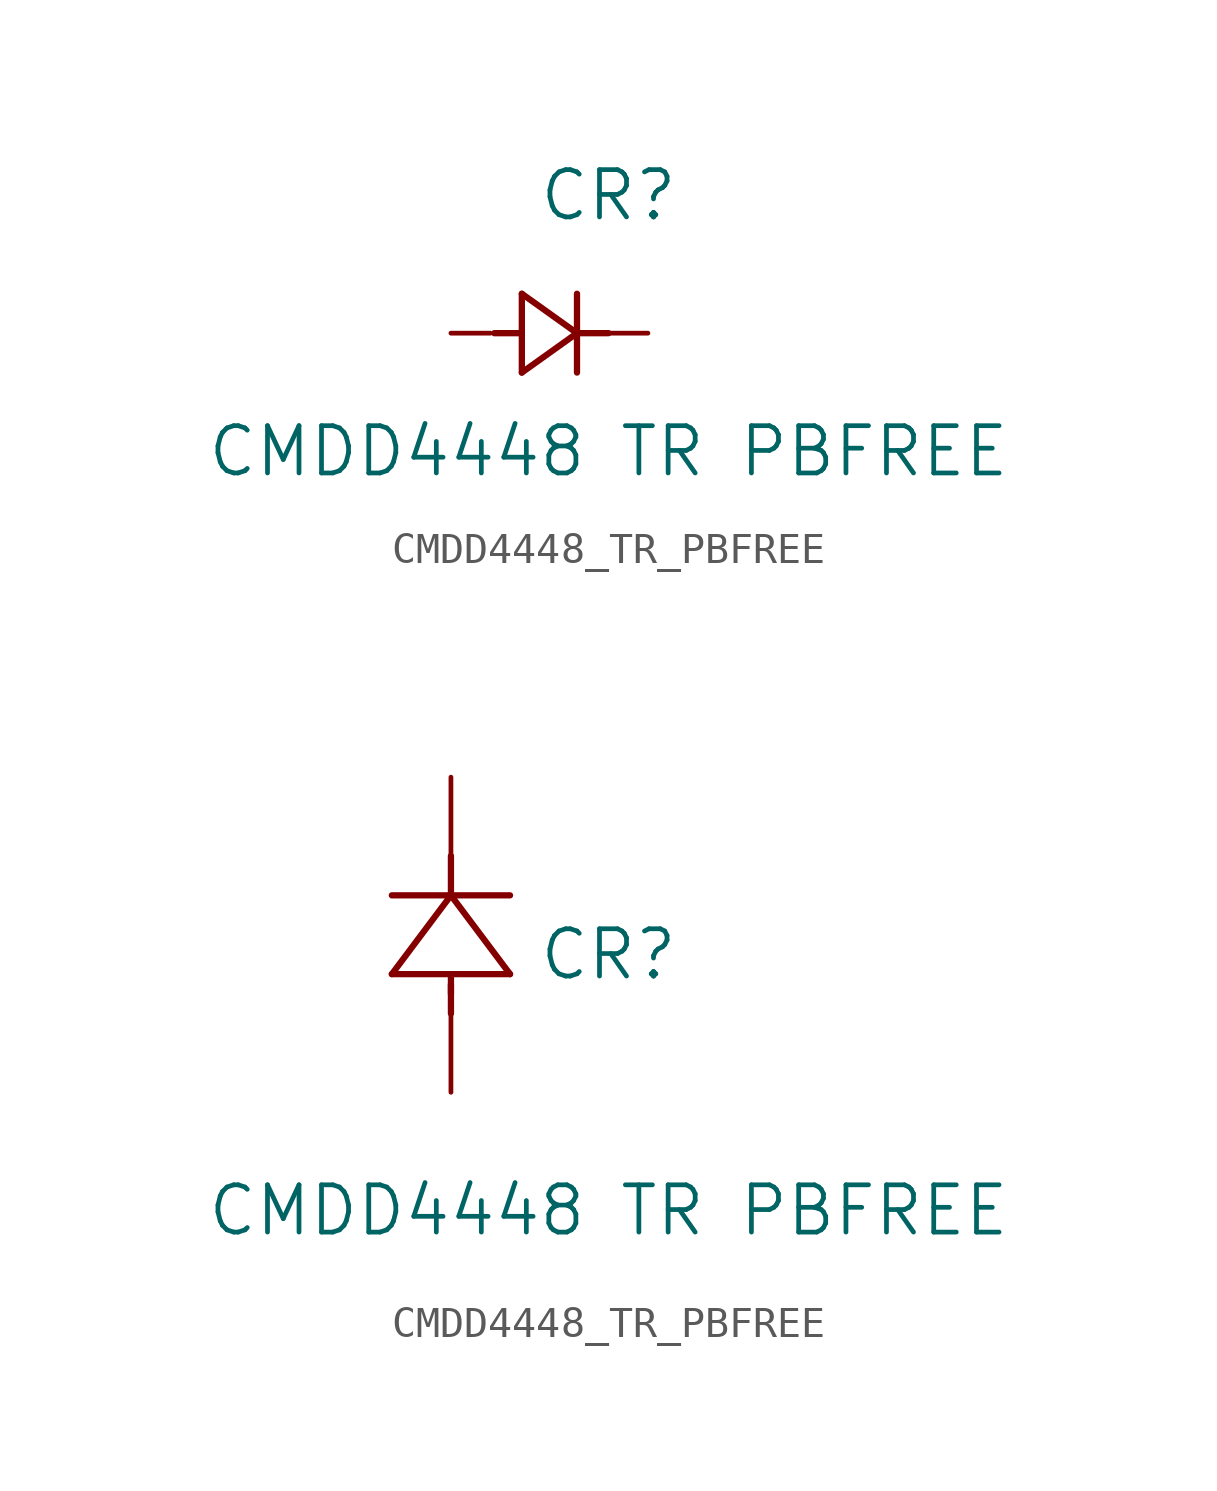
<source format=kicad_sym>
(kicad_symbol_lib
  (version 20241209)
  (generator "kicad_symbol_editor")
  (generator_version "9.0")
  (symbol "CMDD4448_TR_PBFREE"
    (pin_numbers
      (hide yes))
    (pin_names
      (offset 0.254)
      (hide yes))
    (property "Reference" "CR"
      (at 5.08 4.445 0)
      (effects (font (size 1.524 1.524))))
    (property "Value" "CMDD4448 TR PBFREE"
      (at 5.08 -3.81 0)
      (effects (font (size 1.524 1.524))))
    (symbol "CMDD4448_TR_PBFREE_1_1"
      (polyline (pts (xy 1.397 0) (xy 2.286 0)) (stroke (width 0.203) (type default)) (fill (type none)))
      (polyline (pts (xy 2.286 1.27) (xy 2.286 -1.27)) (stroke (width 0.203) (type default)) (fill (type none)))
      (polyline (pts (xy 2.286 -1.27) (xy 4.064 0)) (stroke (width 0.203) (type default)) (fill (type none)))
      (polyline (pts (xy 4.064 0) (xy 2.286 1.27)) (stroke (width 0.203) (type default)) (fill (type none)))
      (polyline (pts (xy 4.064 0) (xy 5.08 0)) (stroke (width 0.203) (type default)) (fill (type none)))
      (polyline (pts (xy 4.064 -1.27) (xy 4.064 1.27)) (stroke (width 0.203) (type default)) (fill (type none)))
      (pin passive line (at 0 0 0) (length 1.27) (name "" (effects (font (size 1.27 1.27)))) (number "2" (effects (font (size 1.27 1.27)))))
      (pin passive line (at 6.35 0 180) (length 1.27) (name "" (effects (font (size 1.27 1.27)))) (number "1" (effects (font (size 1.27 1.27))))))
    (symbol "CMDD4448_TR_PBFREE_1_2"
      (polyline (pts (xy -1.905 3.81) (xy 1.905 3.81)) (stroke (width 0.203) (type default)) (fill (type none)))
      (polyline (pts (xy 0 6.35) (xy -1.905 3.81)) (stroke (width 0.203) (type default)) (fill (type none)))
      (polyline (pts (xy 0 6.35) (xy 0 7.62)) (stroke (width 0.203) (type default)) (fill (type none)))
      (polyline (pts (xy 0 3.175) (xy 0 3.81)) (stroke (width 0.203) (type default)) (fill (type none)))
      (polyline (pts (xy 0 2.54) (xy 0 3.48)) (stroke (width 0.203) (type default)) (fill (type none)))
      (polyline (pts (xy 1.905 6.35) (xy -1.905 6.35)) (stroke (width 0.203) (type default)) (fill (type none)))
      (polyline (pts (xy 1.905 3.81) (xy 0 6.35)) (stroke (width 0.203) (type default)) (fill (type none)))
      (pin unspecified line (at 0 10.16 270) (length 2.54) (name "" (effects (font (size 1.27 1.27)))) (number "1" (effects (font (size 1.27 1.27)))))
      (pin unspecified line (at 0 0 90) (length 2.54) (name "" (effects (font (size 1.27 1.27)))) (number "2" (effects (font (size 1.27 1.27))))))))
</source>
